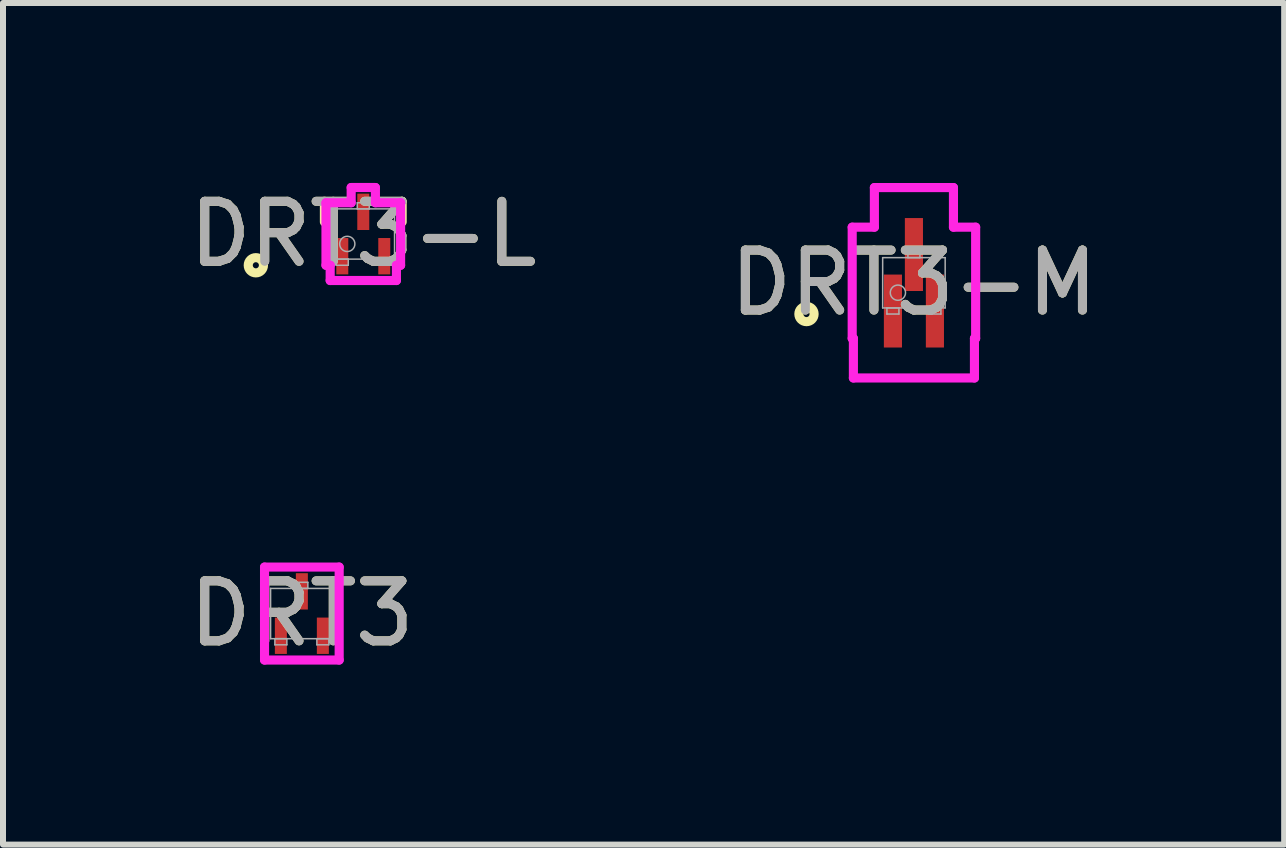
<source format=kicad_pcb>
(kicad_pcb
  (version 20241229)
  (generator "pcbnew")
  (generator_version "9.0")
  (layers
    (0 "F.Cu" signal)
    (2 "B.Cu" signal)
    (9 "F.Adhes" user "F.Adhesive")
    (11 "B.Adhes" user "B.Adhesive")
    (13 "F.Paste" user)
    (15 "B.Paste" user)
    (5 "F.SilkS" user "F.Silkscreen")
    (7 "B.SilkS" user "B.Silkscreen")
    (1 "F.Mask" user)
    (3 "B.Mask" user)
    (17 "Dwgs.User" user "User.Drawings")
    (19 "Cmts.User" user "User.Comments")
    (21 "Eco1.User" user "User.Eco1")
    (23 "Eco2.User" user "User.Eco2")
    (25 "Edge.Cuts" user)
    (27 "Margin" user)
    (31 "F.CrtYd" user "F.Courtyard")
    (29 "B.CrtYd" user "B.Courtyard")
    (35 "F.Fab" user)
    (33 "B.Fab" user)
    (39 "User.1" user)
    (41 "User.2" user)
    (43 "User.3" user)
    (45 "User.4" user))
  (footprint "DRT3-L"
    (layer "F.Cu")
    (at 3.006 0.851)
    (property "Reference" "DRT3-L" (at 0 0 0) (unlocked yes) (layer "F.SilkS") (effects (font (size 1 1) (thickness 0.15))))
    (attr smd)
    (fp_line (start -0.648 -0.546) (end -0.648 -0.201) (stroke (width 0.152) (type solid)) (layer "F.SilkS"))
    (fp_line (start 0.648 -0.201) (end 0.648 -0.546) (stroke (width 0.152) (type solid)) (layer "F.SilkS"))
    (fp_circle (center -1.791 0.521) (end -1.664 0.521) (stroke (width 0.152) (type solid)) (fill no) (layer "F.SilkS"))
    (fp_line (start -0.622 -0.521) (end -0.202 -0.521) (stroke (width 0.152) (type solid)) (layer "F.CrtYd"))
    (fp_line (start -0.622 0.521) (end -0.622 -0.521) (stroke (width 0.152) (type solid)) (layer "F.CrtYd"))
    (fp_line (start -0.622 0.521) (end -0.552 0.521) (stroke (width 0.152) (type solid)) (layer "F.CrtYd"))
    (fp_line (start -0.552 0.521) (end -0.552 0.775) (stroke (width 0.152) (type solid)) (layer "F.CrtYd"))
    (fp_line (start -0.552 0.775) (end 0.552 0.775) (stroke (width 0.152) (type solid)) (layer "F.CrtYd"))
    (fp_line (start -0.202 -0.775) (end 0.202 -0.775) (stroke (width 0.152) (type solid)) (layer "F.CrtYd"))
    (fp_line (start -0.202 -0.521) (end -0.202 -0.775) (stroke (width 0.152) (type solid)) (layer "F.CrtYd"))
    (fp_line (start 0.202 -0.521) (end 0.202 -0.775) (stroke (width 0.152) (type solid)) (layer "F.CrtYd"))
    (fp_line (start 0.552 0.521) (end 0.552 0.775) (stroke (width 0.152) (type solid)) (layer "F.CrtYd"))
    (fp_line (start 0.622 -0.521) (end 0.202 -0.521) (stroke (width 0.152) (type solid)) (layer "F.CrtYd"))
    (fp_line (start 0.622 -0.521) (end 0.622 0.521) (stroke (width 0.152) (type solid)) (layer "F.CrtYd"))
    (fp_line (start 0.622 0.521) (end 0.552 0.521) (stroke (width 0.152) (type solid)) (layer "F.CrtYd"))
    (fp_line (start -0.521 -0.419) (end -0.521 0.419) (stroke (width 0.025) (type solid)) (layer "F.Fab"))
    (fp_line (start -0.521 0.419) (end 0.521 0.419) (stroke (width 0.025) (type solid)) (layer "F.Fab"))
    (fp_line (start -0.45 0.419) (end -0.45 0.521) (stroke (width 0.025) (type solid)) (layer "F.Fab"))
    (fp_line (start -0.45 0.521) (end -0.25 0.521) (stroke (width 0.025) (type solid)) (layer "F.Fab"))
    (fp_line (start -0.25 0.419) (end -0.45 0.419) (stroke (width 0.025) (type solid)) (layer "F.Fab"))
    (fp_line (start -0.25 0.521) (end -0.25 0.419) (stroke (width 0.025) (type solid)) (layer "F.Fab"))
    (fp_line (start -0.1 -0.521) (end -0.1 -0.419) (stroke (width 0.025) (type solid)) (layer "F.Fab"))
    (fp_line (start -0.1 -0.419) (end 0.1 -0.419) (stroke (width 0.025) (type solid)) (layer "F.Fab"))
    (fp_line (start 0.1 -0.521) (end -0.1 -0.521) (stroke (width 0.025) (type solid)) (layer "F.Fab"))
    (fp_line (start 0.1 -0.419) (end 0.1 -0.521) (stroke (width 0.025) (type solid)) (layer "F.Fab"))
    (fp_line (start 0.25 0.419) (end 0.25 0.521) (stroke (width 0.025) (type solid)) (layer "F.Fab"))
    (fp_line (start 0.25 0.521) (end 0.45 0.521) (stroke (width 0.025) (type solid)) (layer "F.Fab"))
    (fp_line (start 0.45 0.419) (end 0.25 0.419) (stroke (width 0.025) (type solid)) (layer "F.Fab"))
    (fp_line (start 0.45 0.521) (end 0.45 0.419) (stroke (width 0.025) (type solid)) (layer "F.Fab"))
    (fp_line (start 0.521 -0.419) (end -0.521 -0.419) (stroke (width 0.025) (type solid)) (layer "F.Fab"))
    (fp_line (start 0.521 0.419) (end 0.521 -0.419) (stroke (width 0.025) (type solid)) (layer "F.Fab"))
    (fp_circle (center -0.267 0.165) (end -0.14 0.165) (stroke (width 0.025) (type solid)) (fill no) (layer "F.Fab"))
    (fp_text user "${REFERENCE}" (at 0 0 0) (unlocked yes) (layer "F.Fab") (effects (font (size 1 1) (thickness 0.15))))
    (pad "1" smd rect (at -0.35 0.37) (size 0.2 0.606) (layers "F.Cu" "F.Mask" "F.Paste"))
    (pad "2" smd rect (at 0.35 0.37) (size 0.2 0.606) (layers "F.Cu" "F.Mask" "F.Paste"))
    (pad "3" smd rect (at 0 -0.37) (size 0.2 0.606) (layers "F.Cu" "F.Mask" "F.Paste")))
  (footprint "DRT3-M"
    (layer "F.Cu")
    (at 12.185 1.664)
    (property "Reference" "DRT3-M" (at 0 0 0) (unlocked yes) (layer "F.SilkS") (effects (font (size 1 1) (thickness 0.15))))
    (attr smd)
    (fp_circle (center -1.791 0.521) (end -1.664 0.521) (stroke (width 0.152) (type solid)) (fill no) (layer "F.SilkS"))
    (fp_line (start -1.029 -0.927) (end -0.659 -0.927) (stroke (width 0.152) (type solid)) (layer "F.CrtYd"))
    (fp_line (start -1.029 0.927) (end -1.029 -0.927) (stroke (width 0.152) (type solid)) (layer "F.CrtYd"))
    (fp_line (start -1.029 0.927) (end -1.009 0.927) (stroke (width 0.152) (type solid)) (layer "F.CrtYd"))
    (fp_line (start -1.009 0.927) (end -1.009 1.587) (stroke (width 0.152) (type solid)) (layer "F.CrtYd"))
    (fp_line (start -1.009 1.587) (end 1.009 1.587) (stroke (width 0.152) (type solid)) (layer "F.CrtYd"))
    (fp_line (start -0.659 -1.587) (end 0.659 -1.587) (stroke (width 0.152) (type solid)) (layer "F.CrtYd"))
    (fp_line (start -0.659 -0.927) (end -0.659 -1.587) (stroke (width 0.152) (type solid)) (layer "F.CrtYd"))
    (fp_line (start 0.659 -0.927) (end 0.659 -1.587) (stroke (width 0.152) (type solid)) (layer "F.CrtYd"))
    (fp_line (start 1.009 0.927) (end 1.009 1.587) (stroke (width 0.152) (type solid)) (layer "F.CrtYd"))
    (fp_line (start 1.029 -0.927) (end 0.659 -0.927) (stroke (width 0.152) (type solid)) (layer "F.CrtYd"))
    (fp_line (start 1.029 -0.927) (end 1.029 0.927) (stroke (width 0.152) (type solid)) (layer "F.CrtYd"))
    (fp_line (start 1.029 0.927) (end 1.009 0.927) (stroke (width 0.152) (type solid)) (layer "F.CrtYd"))
    (fp_line (start -0.521 -0.419) (end -0.521 0.419) (stroke (width 0.025) (type solid)) (layer "F.Fab"))
    (fp_line (start -0.521 0.419) (end 0.521 0.419) (stroke (width 0.025) (type solid)) (layer "F.Fab"))
    (fp_line (start -0.45 0.419) (end -0.45 0.521) (stroke (width 0.025) (type solid)) (layer "F.Fab"))
    (fp_line (start -0.45 0.521) (end -0.25 0.521) (stroke (width 0.025) (type solid)) (layer "F.Fab"))
    (fp_line (start -0.25 0.419) (end -0.45 0.419) (stroke (width 0.025) (type solid)) (layer "F.Fab"))
    (fp_line (start -0.25 0.521) (end -0.25 0.419) (stroke (width 0.025) (type solid)) (layer "F.Fab"))
    (fp_line (start -0.1 -0.521) (end -0.1 -0.419) (stroke (width 0.025) (type solid)) (layer "F.Fab"))
    (fp_line (start -0.1 -0.419) (end 0.1 -0.419) (stroke (width 0.025) (type solid)) (layer "F.Fab"))
    (fp_line (start 0.1 -0.521) (end -0.1 -0.521) (stroke (width 0.025) (type solid)) (layer "F.Fab"))
    (fp_line (start 0.1 -0.419) (end 0.1 -0.521) (stroke (width 0.025) (type solid)) (layer "F.Fab"))
    (fp_line (start 0.25 0.419) (end 0.25 0.521) (stroke (width 0.025) (type solid)) (layer "F.Fab"))
    (fp_line (start 0.25 0.521) (end 0.45 0.521) (stroke (width 0.025) (type solid)) (layer "F.Fab"))
    (fp_line (start 0.45 0.419) (end 0.25 0.419) (stroke (width 0.025) (type solid)) (layer "F.Fab"))
    (fp_line (start 0.45 0.521) (end 0.45 0.419) (stroke (width 0.025) (type solid)) (layer "F.Fab"))
    (fp_line (start 0.521 -0.419) (end -0.521 -0.419) (stroke (width 0.025) (type solid)) (layer "F.Fab"))
    (fp_line (start 0.521 0.419) (end 0.521 -0.419) (stroke (width 0.025) (type solid)) (layer "F.Fab"))
    (fp_circle (center -0.267 0.165) (end -0.14 0.165) (stroke (width 0.025) (type solid)) (fill no) (layer "F.Fab"))
    (fp_text user "${REFERENCE}" (at 0 0 0) (unlocked yes) (layer "F.Fab") (effects (font (size 1 1) (thickness 0.15))))
    (pad "1" smd rect (at -0.35 0.471) (size 0.302 1.216) (layers "F.Cu" "F.Mask" "F.Paste"))
    (pad "2" smd rect (at 0.35 0.471) (size 0.302 1.216) (layers "F.Cu" "F.Mask" "F.Paste"))
    (pad "3" smd rect (at 0 -0.471) (size 0.302 1.216) (layers "F.Cu" "F.Mask" "F.Paste")))
  (footprint "DRT3"
    (layer "F.Cu")
    (at 1.982 7.178)
    (property "Reference" "DRT3" (at 0 0 0) (unlocked yes) (layer "F.SilkS") (effects (font (size 1 1) (thickness 0.15))))
    (attr smd)
    (fp_line (start -0.622 -0.775) (end 0.622 -0.775) (stroke (width 0.152) (type solid)) (layer "F.CrtYd"))
    (fp_line (start -0.622 0.775) (end -0.622 -0.775) (stroke (width 0.152) (type solid)) (layer "F.CrtYd"))
    (fp_line (start 0.622 -0.775) (end 0.622 0.775) (stroke (width 0.152) (type solid)) (layer "F.CrtYd"))
    (fp_line (start 0.622 0.775) (end -0.622 0.775) (stroke (width 0.152) (type solid)) (layer "F.CrtYd"))
    (fp_line (start -0.521 -0.419) (end -0.521 0.419) (stroke (width 0.025) (type solid)) (layer "F.Fab"))
    (fp_line (start -0.521 0.419) (end 0.521 0.419) (stroke (width 0.025) (type solid)) (layer "F.Fab"))
    (fp_line (start -0.45 0.419) (end -0.45 0.521) (stroke (width 0.025) (type solid)) (layer "F.Fab"))
    (fp_line (start -0.45 0.521) (end -0.25 0.521) (stroke (width 0.025) (type solid)) (layer "F.Fab"))
    (fp_line (start -0.25 0.419) (end -0.45 0.419) (stroke (width 0.025) (type solid)) (layer "F.Fab"))
    (fp_line (start -0.25 0.521) (end -0.25 0.419) (stroke (width 0.025) (type solid)) (layer "F.Fab"))
    (fp_line (start -0.1 -0.521) (end -0.1 -0.419) (stroke (width 0.025) (type solid)) (layer "F.Fab"))
    (fp_line (start -0.1 -0.419) (end 0.1 -0.419) (stroke (width 0.025) (type solid)) (layer "F.Fab"))
    (fp_line (start 0.1 -0.521) (end -0.1 -0.521) (stroke (width 0.025) (type solid)) (layer "F.Fab"))
    (fp_line (start 0.1 -0.419) (end 0.1 -0.521) (stroke (width 0.025) (type solid)) (layer "F.Fab"))
    (fp_line (start 0.25 0.419) (end 0.25 0.521) (stroke (width 0.025) (type solid)) (layer "F.Fab"))
    (fp_line (start 0.25 0.521) (end 0.45 0.521) (stroke (width 0.025) (type solid)) (layer "F.Fab"))
    (fp_line (start 0.45 0.419) (end 0.25 0.419) (stroke (width 0.025) (type solid)) (layer "F.Fab"))
    (fp_line (start 0.45 0.521) (end 0.45 0.419) (stroke (width 0.025) (type solid)) (layer "F.Fab"))
    (fp_line (start 0.521 -0.419) (end -0.521 -0.419) (stroke (width 0.025) (type solid)) (layer "F.Fab"))
    (fp_line (start 0.521 0.419) (end 0.521 -0.419) (stroke (width 0.025) (type solid)) (layer "F.Fab"))
    (fp_text user "${REFERENCE}" (at 0 0 0) (unlocked yes) (layer "F.Fab") (effects (font (size 1 1) (thickness 0.15))))
    (pad "1" smd rect (at -0.35 0.37) (size 0.2 0.606) (layers "F.Cu" "F.Mask" "F.Paste"))
    (pad "2" smd rect (at 0.35 0.37) (size 0.2 0.606) (layers "F.Cu" "F.Mask" "F.Paste"))
    (pad "3" smd rect (at 0 -0.37) (size 0.2 0.606) (layers "F.Cu" "F.Mask" "F.Paste")))
  (gr_rect
    (start -3 -3)
    (end 18.357 11.029)
    (stroke (width 0.1) (type default))
    (fill no)
    (layer "Edge.Cuts")))
</source>
